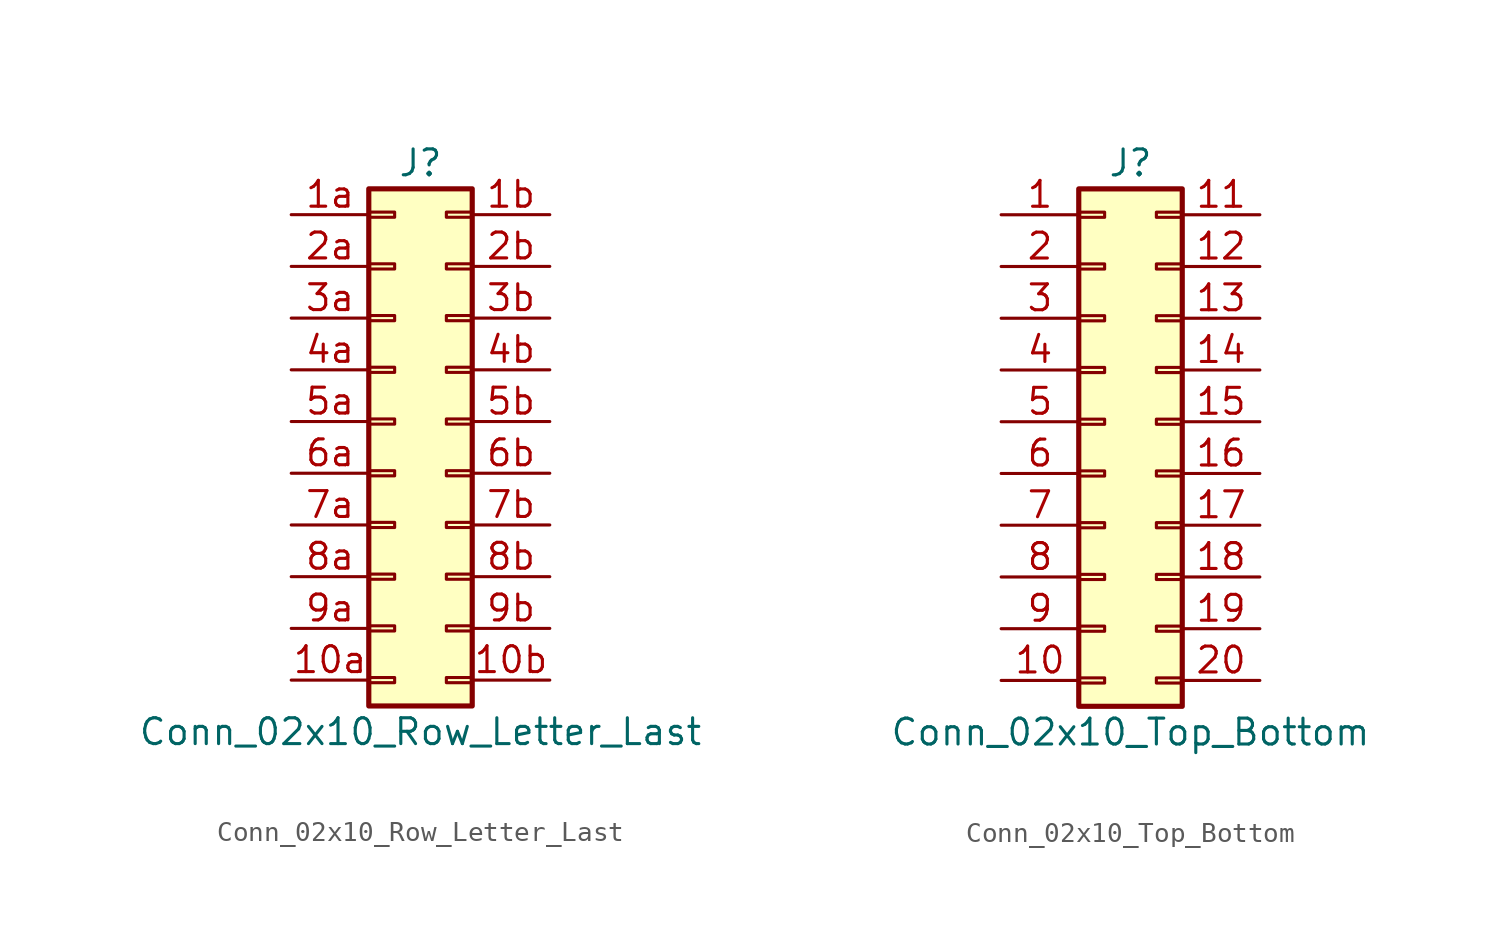
<source format=kicad_sym>
(kicad_symbol_lib
  (version 20211014)
  (generator kicad_symbol_editor)
  (symbol "Conn_02x10_Row_Letter_Last"
    (pin_names
      (offset 1.016) hide)
    (property "Reference" "J"
      (at 1.27 12.7 0)
      (effects (font (size 1.27 1.27))))
    (property "Value" "Conn_02x10_Row_Letter_Last"
      (at 1.27 -15.24 0)
      (effects (font (size 1.27 1.27))))
    (symbol "Conn_02x10_Row_Letter_Last_1_1"
      (rectangle (start -1.27 -12.573) (end 0 -12.827) (stroke (width 0.152) (type default) (color 0 0 0 0)) (fill (type none)))
      (rectangle (start -1.27 -10.033) (end 0 -10.287) (stroke (width 0.152) (type default) (color 0 0 0 0)) (fill (type none)))
      (rectangle (start -1.27 -7.493) (end 0 -7.747) (stroke (width 0.152) (type default) (color 0 0 0 0)) (fill (type none)))
      (rectangle (start -1.27 -4.953) (end 0 -5.207) (stroke (width 0.152) (type default) (color 0 0 0 0)) (fill (type none)))
      (rectangle (start -1.27 -2.413) (end 0 -2.667) (stroke (width 0.152) (type default) (color 0 0 0 0)) (fill (type none)))
      (rectangle (start -1.27 0.127) (end 0 -0.127) (stroke (width 0.152) (type default) (color 0 0 0 0)) (fill (type none)))
      (rectangle (start -1.27 2.667) (end 0 2.413) (stroke (width 0.152) (type default) (color 0 0 0 0)) (fill (type none)))
      (rectangle (start -1.27 5.207) (end 0 4.953) (stroke (width 0.152) (type default) (color 0 0 0 0)) (fill (type none)))
      (rectangle (start -1.27 7.747) (end 0 7.493) (stroke (width 0.152) (type default) (color 0 0 0 0)) (fill (type none)))
      (rectangle (start -1.27 10.287) (end 0 10.033) (stroke (width 0.152) (type default) (color 0 0 0 0)) (fill (type none)))
      (rectangle (start -1.27 11.43) (end 3.81 -13.97) (stroke (width 0.254) (type default) (color 0 0 0 0)) (fill (type background)))
      (rectangle (start 3.81 -12.573) (end 2.54 -12.827) (stroke (width 0.152) (type default) (color 0 0 0 0)) (fill (type none)))
      (rectangle (start 3.81 -10.033) (end 2.54 -10.287) (stroke (width 0.152) (type default) (color 0 0 0 0)) (fill (type none)))
      (rectangle (start 3.81 -7.493) (end 2.54 -7.747) (stroke (width 0.152) (type default) (color 0 0 0 0)) (fill (type none)))
      (rectangle (start 3.81 -4.953) (end 2.54 -5.207) (stroke (width 0.152) (type default) (color 0 0 0 0)) (fill (type none)))
      (rectangle (start 3.81 -2.413) (end 2.54 -2.667) (stroke (width 0.152) (type default) (color 0 0 0 0)) (fill (type none)))
      (rectangle (start 3.81 0.127) (end 2.54 -0.127) (stroke (width 0.152) (type default) (color 0 0 0 0)) (fill (type none)))
      (rectangle (start 3.81 2.667) (end 2.54 2.413) (stroke (width 0.152) (type default) (color 0 0 0 0)) (fill (type none)))
      (rectangle (start 3.81 5.207) (end 2.54 4.953) (stroke (width 0.152) (type default) (color 0 0 0 0)) (fill (type none)))
      (rectangle (start 3.81 7.747) (end 2.54 7.493) (stroke (width 0.152) (type default) (color 0 0 0 0)) (fill (type none)))
      (rectangle (start 3.81 10.287) (end 2.54 10.033) (stroke (width 0.152) (type default) (color 0 0 0 0)) (fill (type none)))
      (pin passive line (at -5.08 -12.7 0) (length 3.81) (name "Pin_10a" (effects (font (size 1.27 1.27)))) (number "10a" (effects (font (size 1.27 1.27)))))
      (pin passive line (at 7.62 -12.7 180) (length 3.81) (name "Pin_10b" (effects (font (size 1.27 1.27)))) (number "10b" (effects (font (size 1.27 1.27)))))
      (pin passive line (at -5.08 10.16 0) (length 3.81) (name "Pin_1a" (effects (font (size 1.27 1.27)))) (number "1a" (effects (font (size 1.27 1.27)))))
      (pin passive line (at 7.62 10.16 180) (length 3.81) (name "Pin_1b" (effects (font (size 1.27 1.27)))) (number "1b" (effects (font (size 1.27 1.27)))))
      (pin passive line (at -5.08 7.62 0) (length 3.81) (name "Pin_2a" (effects (font (size 1.27 1.27)))) (number "2a" (effects (font (size 1.27 1.27)))))
      (pin passive line (at 7.62 7.62 180) (length 3.81) (name "Pin_2b" (effects (font (size 1.27 1.27)))) (number "2b" (effects (font (size 1.27 1.27)))))
      (pin passive line (at -5.08 5.08 0) (length 3.81) (name "Pin_3a" (effects (font (size 1.27 1.27)))) (number "3a" (effects (font (size 1.27 1.27)))))
      (pin passive line (at 7.62 5.08 180) (length 3.81) (name "Pin_3b" (effects (font (size 1.27 1.27)))) (number "3b" (effects (font (size 1.27 1.27)))))
      (pin passive line (at -5.08 2.54 0) (length 3.81) (name "Pin_4a" (effects (font (size 1.27 1.27)))) (number "4a" (effects (font (size 1.27 1.27)))))
      (pin passive line (at 7.62 2.54 180) (length 3.81) (name "Pin_4b" (effects (font (size 1.27 1.27)))) (number "4b" (effects (font (size 1.27 1.27)))))
      (pin passive line (at -5.08 0 0) (length 3.81) (name "Pin_5a" (effects (font (size 1.27 1.27)))) (number "5a" (effects (font (size 1.27 1.27)))))
      (pin passive line (at 7.62 0 180) (length 3.81) (name "Pin_5b" (effects (font (size 1.27 1.27)))) (number "5b" (effects (font (size 1.27 1.27)))))
      (pin passive line (at -5.08 -2.54 0) (length 3.81) (name "Pin_6a" (effects (font (size 1.27 1.27)))) (number "6a" (effects (font (size 1.27 1.27)))))
      (pin passive line (at 7.62 -2.54 180) (length 3.81) (name "Pin_6b" (effects (font (size 1.27 1.27)))) (number "6b" (effects (font (size 1.27 1.27)))))
      (pin passive line (at -5.08 -5.08 0) (length 3.81) (name "Pin_7a" (effects (font (size 1.27 1.27)))) (number "7a" (effects (font (size 1.27 1.27)))))
      (pin passive line (at 7.62 -5.08 180) (length 3.81) (name "Pin_7b" (effects (font (size 1.27 1.27)))) (number "7b" (effects (font (size 1.27 1.27)))))
      (pin passive line (at -5.08 -7.62 0) (length 3.81) (name "Pin_8a" (effects (font (size 1.27 1.27)))) (number "8a" (effects (font (size 1.27 1.27)))))
      (pin passive line (at 7.62 -7.62 180) (length 3.81) (name "Pin_8b" (effects (font (size 1.27 1.27)))) (number "8b" (effects (font (size 1.27 1.27)))))
      (pin passive line (at -5.08 -10.16 0) (length 3.81) (name "Pin_9a" (effects (font (size 1.27 1.27)))) (number "9a" (effects (font (size 1.27 1.27)))))
      (pin passive line (at 7.62 -10.16 180) (length 3.81) (name "Pin_9b" (effects (font (size 1.27 1.27)))) (number "9b" (effects (font (size 1.27 1.27)))))))
  (symbol "Conn_02x10_Top_Bottom"
    (pin_names
      (offset 1.016) hide)
    (property "Reference" "J"
      (at 1.27 12.7 0)
      (effects (font (size 1.27 1.27))))
    (property "Value" "Conn_02x10_Top_Bottom"
      (at 1.27 -15.24 0)
      (effects (font (size 1.27 1.27))))
    (symbol "Conn_02x10_Top_Bottom_1_1"
      (rectangle (start -1.27 -12.573) (end 0 -12.827) (stroke (width 0.152) (type default) (color 0 0 0 0)) (fill (type none)))
      (rectangle (start -1.27 -10.033) (end 0 -10.287) (stroke (width 0.152) (type default) (color 0 0 0 0)) (fill (type none)))
      (rectangle (start -1.27 -7.493) (end 0 -7.747) (stroke (width 0.152) (type default) (color 0 0 0 0)) (fill (type none)))
      (rectangle (start -1.27 -4.953) (end 0 -5.207) (stroke (width 0.152) (type default) (color 0 0 0 0)) (fill (type none)))
      (rectangle (start -1.27 -2.413) (end 0 -2.667) (stroke (width 0.152) (type default) (color 0 0 0 0)) (fill (type none)))
      (rectangle (start -1.27 0.127) (end 0 -0.127) (stroke (width 0.152) (type default) (color 0 0 0 0)) (fill (type none)))
      (rectangle (start -1.27 2.667) (end 0 2.413) (stroke (width 0.152) (type default) (color 0 0 0 0)) (fill (type none)))
      (rectangle (start -1.27 5.207) (end 0 4.953) (stroke (width 0.152) (type default) (color 0 0 0 0)) (fill (type none)))
      (rectangle (start -1.27 7.747) (end 0 7.493) (stroke (width 0.152) (type default) (color 0 0 0 0)) (fill (type none)))
      (rectangle (start -1.27 10.287) (end 0 10.033) (stroke (width 0.152) (type default) (color 0 0 0 0)) (fill (type none)))
      (rectangle (start -1.27 11.43) (end 3.81 -13.97) (stroke (width 0.254) (type default) (color 0 0 0 0)) (fill (type background)))
      (rectangle (start 3.81 -12.573) (end 2.54 -12.827) (stroke (width 0.152) (type default) (color 0 0 0 0)) (fill (type none)))
      (rectangle (start 3.81 -10.033) (end 2.54 -10.287) (stroke (width 0.152) (type default) (color 0 0 0 0)) (fill (type none)))
      (rectangle (start 3.81 -7.493) (end 2.54 -7.747) (stroke (width 0.152) (type default) (color 0 0 0 0)) (fill (type none)))
      (rectangle (start 3.81 -4.953) (end 2.54 -5.207) (stroke (width 0.152) (type default) (color 0 0 0 0)) (fill (type none)))
      (rectangle (start 3.81 -2.413) (end 2.54 -2.667) (stroke (width 0.152) (type default) (color 0 0 0 0)) (fill (type none)))
      (rectangle (start 3.81 0.127) (end 2.54 -0.127) (stroke (width 0.152) (type default) (color 0 0 0 0)) (fill (type none)))
      (rectangle (start 3.81 2.667) (end 2.54 2.413) (stroke (width 0.152) (type default) (color 0 0 0 0)) (fill (type none)))
      (rectangle (start 3.81 5.207) (end 2.54 4.953) (stroke (width 0.152) (type default) (color 0 0 0 0)) (fill (type none)))
      (rectangle (start 3.81 7.747) (end 2.54 7.493) (stroke (width 0.152) (type default) (color 0 0 0 0)) (fill (type none)))
      (rectangle (start 3.81 10.287) (end 2.54 10.033) (stroke (width 0.152) (type default) (color 0 0 0 0)) (fill (type none)))
      (pin passive line (at -5.08 10.16 0) (length 3.81) (name "Pin_1" (effects (font (size 1.27 1.27)))) (number "1" (effects (font (size 1.27 1.27)))))
      (pin passive line (at -5.08 -12.7 0) (length 3.81) (name "Pin_10" (effects (font (size 1.27 1.27)))) (number "10" (effects (font (size 1.27 1.27)))))
      (pin passive line (at 7.62 10.16 180) (length 3.81) (name "Pin_11" (effects (font (size 1.27 1.27)))) (number "11" (effects (font (size 1.27 1.27)))))
      (pin passive line (at 7.62 7.62 180) (length 3.81) (name "Pin_12" (effects (font (size 1.27 1.27)))) (number "12" (effects (font (size 1.27 1.27)))))
      (pin passive line (at 7.62 5.08 180) (length 3.81) (name "Pin_13" (effects (font (size 1.27 1.27)))) (number "13" (effects (font (size 1.27 1.27)))))
      (pin passive line (at 7.62 2.54 180) (length 3.81) (name "Pin_14" (effects (font (size 1.27 1.27)))) (number "14" (effects (font (size 1.27 1.27)))))
      (pin passive line (at 7.62 0 180) (length 3.81) (name "Pin_15" (effects (font (size 1.27 1.27)))) (number "15" (effects (font (size 1.27 1.27)))))
      (pin passive line (at 7.62 -2.54 180) (length 3.81) (name "Pin_16" (effects (font (size 1.27 1.27)))) (number "16" (effects (font (size 1.27 1.27)))))
      (pin passive line (at 7.62 -5.08 180) (length 3.81) (name "Pin_17" (effects (font (size 1.27 1.27)))) (number "17" (effects (font (size 1.27 1.27)))))
      (pin passive line (at 7.62 -7.62 180) (length 3.81) (name "Pin_18" (effects (font (size 1.27 1.27)))) (number "18" (effects (font (size 1.27 1.27)))))
      (pin passive line (at 7.62 -10.16 180) (length 3.81) (name "Pin_19" (effects (font (size 1.27 1.27)))) (number "19" (effects (font (size 1.27 1.27)))))
      (pin passive line (at -5.08 7.62 0) (length 3.81) (name "Pin_2" (effects (font (size 1.27 1.27)))) (number "2" (effects (font (size 1.27 1.27)))))
      (pin passive line (at 7.62 -12.7 180) (length 3.81) (name "Pin_20" (effects (font (size 1.27 1.27)))) (number "20" (effects (font (size 1.27 1.27)))))
      (pin passive line (at -5.08 5.08 0) (length 3.81) (name "Pin_3" (effects (font (size 1.27 1.27)))) (number "3" (effects (font (size 1.27 1.27)))))
      (pin passive line (at -5.08 2.54 0) (length 3.81) (name "Pin_4" (effects (font (size 1.27 1.27)))) (number "4" (effects (font (size 1.27 1.27)))))
      (pin passive line (at -5.08 0 0) (length 3.81) (name "Pin_5" (effects (font (size 1.27 1.27)))) (number "5" (effects (font (size 1.27 1.27)))))
      (pin passive line (at -5.08 -2.54 0) (length 3.81) (name "Pin_6" (effects (font (size 1.27 1.27)))) (number "6" (effects (font (size 1.27 1.27)))))
      (pin passive line (at -5.08 -5.08 0) (length 3.81) (name "Pin_7" (effects (font (size 1.27 1.27)))) (number "7" (effects (font (size 1.27 1.27)))))
      (pin passive line (at -5.08 -7.62 0) (length 3.81) (name "Pin_8" (effects (font (size 1.27 1.27)))) (number "8" (effects (font (size 1.27 1.27)))))
      (pin passive line (at -5.08 -10.16 0) (length 3.81) (name "Pin_9" (effects (font (size 1.27 1.27)))) (number "9" (effects (font (size 1.27 1.27))))))))
</source>
